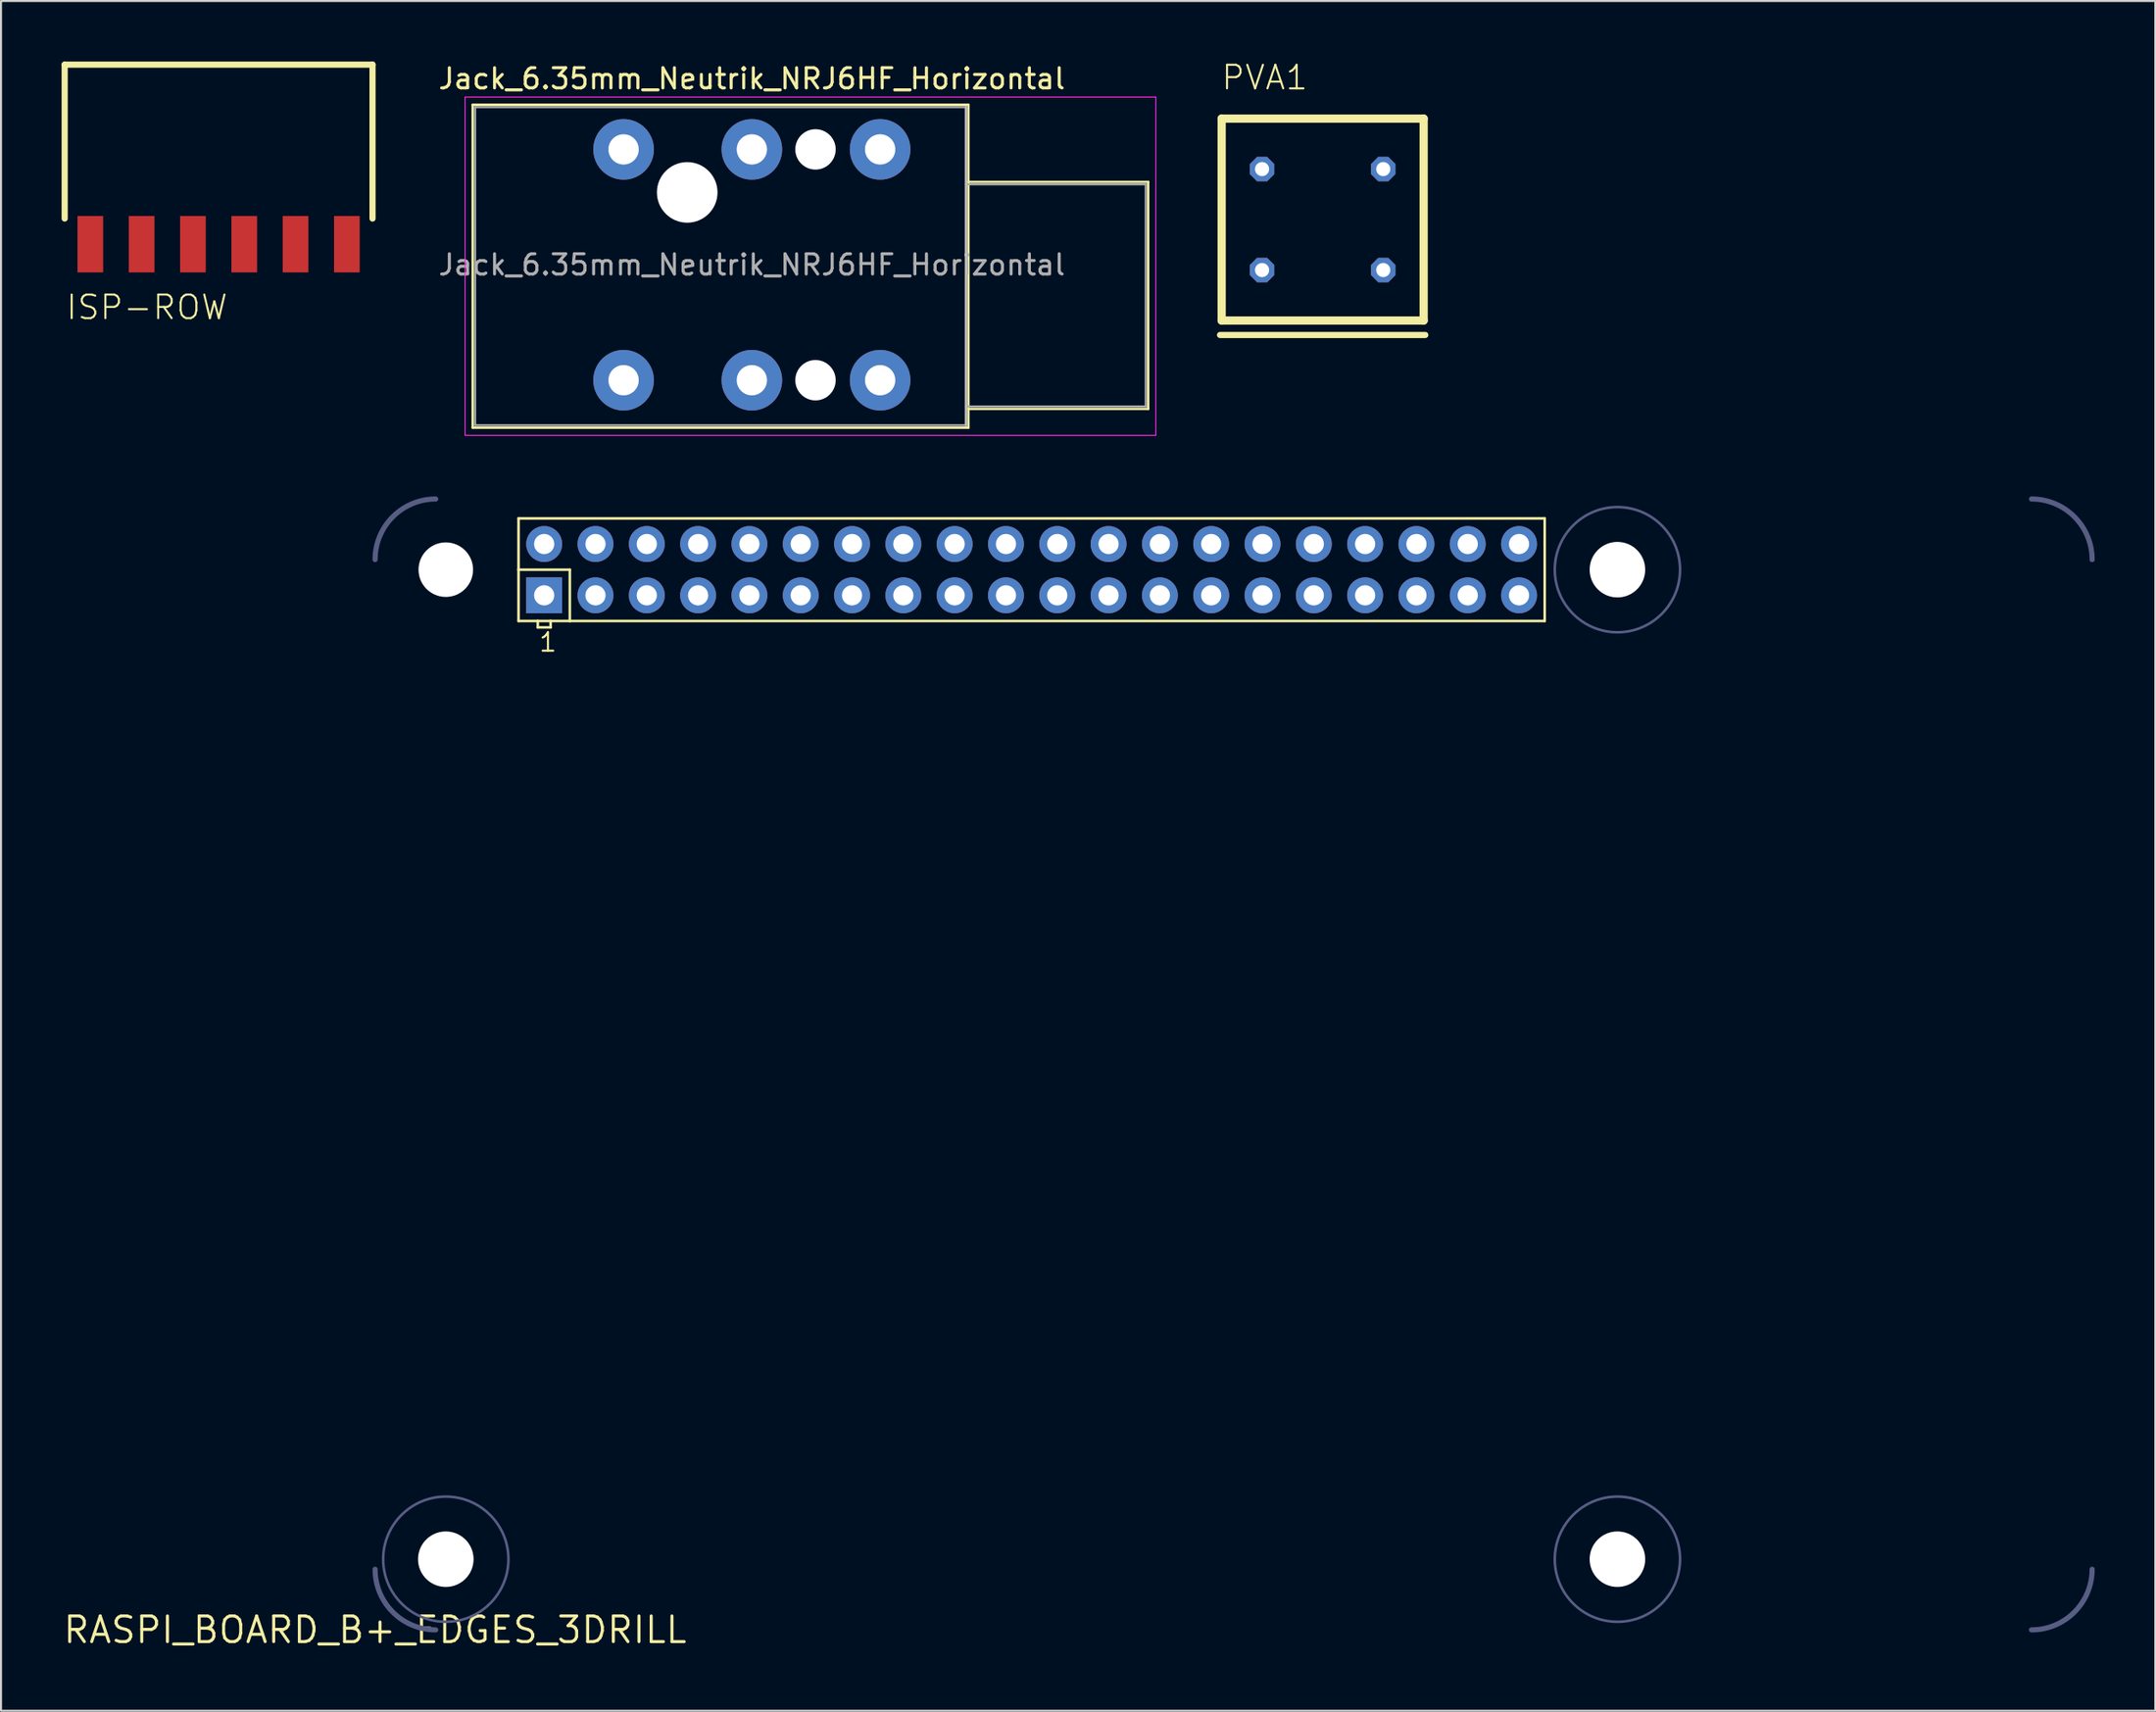
<source format=kicad_pcb>
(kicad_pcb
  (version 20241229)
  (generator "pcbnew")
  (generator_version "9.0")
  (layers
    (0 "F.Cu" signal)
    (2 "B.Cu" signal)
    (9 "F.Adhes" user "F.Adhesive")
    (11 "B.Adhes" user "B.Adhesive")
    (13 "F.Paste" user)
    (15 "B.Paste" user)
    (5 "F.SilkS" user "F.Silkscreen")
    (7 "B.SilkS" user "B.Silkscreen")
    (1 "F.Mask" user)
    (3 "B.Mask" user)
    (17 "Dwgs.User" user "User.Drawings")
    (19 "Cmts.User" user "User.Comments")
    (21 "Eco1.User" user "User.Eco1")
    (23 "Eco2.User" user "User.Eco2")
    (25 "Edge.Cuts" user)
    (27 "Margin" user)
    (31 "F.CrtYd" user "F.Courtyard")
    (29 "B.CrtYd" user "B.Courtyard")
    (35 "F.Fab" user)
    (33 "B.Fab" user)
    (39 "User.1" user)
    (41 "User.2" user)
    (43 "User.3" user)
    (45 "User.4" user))
  (footprint "ISP-ROW"
    (layer "F.Cu")
    (at 7.772 9.042)
    (property "Reference" "ISP-ROW" (at -7.62 3.81 0) (layer "F.SilkS") (effects (font (size 1.168 1.168) (thickness 0.102)) (justify left bottom)))
    (fp_line (start -7.62 -8.89) (end 7.62 -8.89) (stroke (width 0.305) (type solid)) (layer "F.SilkS"))
    (fp_line (start -7.62 -1.27) (end -7.62 -8.89) (stroke (width 0.305) (type solid)) (layer "F.SilkS"))
    (fp_line (start 7.62 -8.89) (end 7.62 -1.27) (stroke (width 0.305) (type solid)) (layer "F.SilkS"))
    (pad "1" smd rect (at -6.35 0 180) (size 1.27 2.794) (layers "F.Cu" "F.Mask" "F.Paste"))
    (pad "2" smd rect (at -3.81 0 180) (size 1.27 2.794) (layers "F.Cu" "F.Mask" "F.Paste"))
    (pad "3" smd rect (at -1.27 0 180) (size 1.27 2.794) (layers "F.Cu" "F.Mask" "F.Paste"))
    (pad "4" smd rect (at 1.27 0 180) (size 1.27 2.794) (layers "F.Cu" "F.Mask" "F.Paste"))
    (pad "5" smd rect (at 3.81 0 180) (size 1.27 2.794) (layers "F.Cu" "F.Mask" "F.Paste"))
    (pad "6" smd rect (at 6.35 0 180) (size 1.27 2.794) (layers "F.Cu" "F.Mask" "F.Paste")))
  (footprint "Jack_6.35mm_Neutrik_NRJ6HF_Horizontal"
    (layer "F.Cu")
    (at 27.82 4.348)
    (property "Reference" "Jack_6.35mm_Neutrik_NRJ6HF_Horizontal" (at 6.35 -3.5 0) (layer "F.SilkS") (effects (font (size 1 1) (thickness 0.15))))
    (attr through_hole)
    (fp_line (start -7.47 -2.21) (end 17.07 -2.21) (stroke (width 0.12) (type solid)) (layer "F.SilkS"))
    (fp_line (start -7.47 13.78) (end -7.47 -2.21) (stroke (width 0.12) (type solid)) (layer "F.SilkS"))
    (fp_line (start -7.47 13.78) (end 17.07 13.78) (stroke (width 0.12) (type solid)) (layer "F.SilkS"))
    (fp_line (start 17.07 -2.21) (end 17.07 13.78) (stroke (width 0.12) (type solid)) (layer "F.SilkS"))
    (fp_line (start 25.97 1.61) (end 17.07 1.61) (stroke (width 0.12) (type solid)) (layer "F.SilkS"))
    (fp_line (start 25.97 12.85) (end 17.07 12.85) (stroke (width 0.12) (type solid)) (layer "F.SilkS"))
    (fp_line (start 25.97 12.85) (end 25.97 1.61) (stroke (width 0.12) (type solid)) (layer "F.SilkS"))
    (fp_line (start 16.95 -2.09) (end 16.95 13.66) (stroke (width 0.1) (type solid)) (layer "Dwgs.User"))
    (fp_line (start -7.85 14.16) (end -7.85 -2.59) (stroke (width 0.05) (type solid)) (layer "F.CrtYd"))
    (fp_line (start -7.85 14.16) (end 26.35 14.16) (stroke (width 0.05) (type solid)) (layer "F.CrtYd"))
    (fp_line (start 26.35 -2.59) (end -7.85 -2.59) (stroke (width 0.05) (type solid)) (layer "F.CrtYd"))
    (fp_line (start 26.35 14.16) (end 26.35 -2.59) (stroke (width 0.05) (type solid)) (layer "F.CrtYd"))
    (fp_line (start -7.35 -2.09) (end 16.95 -2.09) (stroke (width 0.1) (type solid)) (layer "F.Fab"))
    (fp_line (start -7.35 13.66) (end -7.35 -2.09) (stroke (width 0.1) (type solid)) (layer "F.Fab"))
    (fp_line (start 16.95 -2.09) (end 16.95 13.66) (stroke (width 0.1) (type solid)) (layer "F.Fab"))
    (fp_line (start 16.95 12.73) (end 25.85 12.73) (stroke (width 0.1) (type solid)) (layer "F.Fab"))
    (fp_line (start 16.95 13.66) (end -7.35 13.66) (stroke (width 0.1) (type solid)) (layer "F.Fab"))
    (fp_line (start 25.85 1.73) (end 16.95 1.73) (stroke (width 0.1) (type solid)) (layer "F.Fab"))
    (fp_line (start 25.85 12.73) (end 25.85 1.73) (stroke (width 0.1) (type solid)) (layer "F.Fab"))
    (fp_text user "${REFERENCE}" (at 6.35 5.715 0) (layer "F.Fab") (effects (font (size 1 1) (thickness 0.15))))
    (pad "" np_thru_hole circle (at 3.15 2.13) (size 3 3) (drill 3) (layers "*.Cu" "*.Mask"))
    (pad "" np_thru_hole circle (at 9.5 0) (size 2 2) (drill 2) (layers "*.Cu" "*.Mask"))
    (pad "" np_thru_hole circle (at 9.5 11.43) (size 2 2) (drill 2) (layers "*.Cu" "*.Mask"))
    (pad "R" thru_hole circle (at 6.35 0) (size 3 3) (drill 1.5) (layers "*.Cu" "*.Mask"))
    (pad "RN" thru_hole circle (at 6.35 11.43) (size 3 3) (drill 1.5) (layers "*.Cu" "*.Mask"))
    (pad "S" thru_hole circle (at 12.7 0) (size 3 3) (drill 1.5) (layers "*.Cu" "*.Mask"))
    (pad "SN" thru_hole circle (at 12.7 11.43) (size 3 3) (drill 1.5) (layers "*.Cu" "*.Mask"))
    (pad "T" thru_hole circle (at 0 0) (size 3 3) (drill 1.5) (layers "*.Cu" "*.Mask"))
    (pad "TN" thru_hole circle (at 0 11.43) (size 3 3) (drill 1.5) (layers "*.Cu" "*.Mask")))
  (footprint "PVA1"
    (layer "F.Cu")
    (at 62.427 7.823)
    (property "Reference" "PVA1" (at -5.08 -6.35 0) (layer "F.SilkS") (effects (font (size 1.168 1.168) (thickness 0.102)) (justify left bottom)))
    (fp_line (start -5.08 5.715) (end 5.08 5.715) (stroke (width 0.305) (type solid)) (layer "F.SilkS"))
    (fp_line (start -5 -5) (end 5 -5) (stroke (width 0.406) (type solid)) (layer "F.SilkS"))
    (fp_line (start -5 5) (end -5 -5) (stroke (width 0.406) (type solid)) (layer "F.SilkS"))
    (fp_line (start 5 -5) (end 5 5) (stroke (width 0.406) (type solid)) (layer "F.SilkS"))
    (fp_line (start 5 5) (end -5 5) (stroke (width 0.406) (type solid)) (layer "F.SilkS"))
    (pad "1" thru_hole roundrect (at -3 2.5) (size 1.208 1.208) (drill 0.7) (layers "*.Cu" "*.Mask") (roundrect_rratio 0.25) (chamfer_ratio 0.293) (chamfer top_left top_right bottom_left bottom_right))
    (pad "2" thru_hole roundrect (at -3 -2.5) (size 1.208 1.208) (drill 0.7) (layers "*.Cu" "*.Mask") (roundrect_rratio 0.25) (chamfer_ratio 0.293) (chamfer top_left top_right bottom_left bottom_right))
    (pad "3" thru_hole roundrect (at 3 -2.5) (size 1.208 1.208) (drill 0.7) (layers "*.Cu" "*.Mask") (roundrect_rratio 0.25) (chamfer_ratio 0.293) (chamfer top_left top_right bottom_left bottom_right))
    (pad "4" thru_hole roundrect (at 3 2.5) (size 1.208 1.208) (drill 0.7) (layers "*.Cu" "*.Mask") (roundrect_rratio 0.25) (chamfer_ratio 0.293) (chamfer top_left top_right bottom_left bottom_right)))
  (footprint "RASPI_BOARD_B+_EDGES_3DRILL"
    (layer "F.Cu")
    (at 15.519 77.66)
    (property "Reference" "RASPI_BOARD_B+_EDGES_3DRILL" (at 0 0 0) (layer "F.SilkS") (effects (font (size 1.27 1.27) (thickness 0.15))))
    (fp_line (start 7.1 -55.04) (end 7.1 -52.5) (stroke (width 0.127) (type solid)) (layer "F.SilkS"))
    (fp_line (start 7.1 -52.5) (end 7.1 -49.96) (stroke (width 0.127) (type solid)) (layer "F.SilkS"))
    (fp_line (start 7.1 -52.5) (end 9.64 -52.5) (stroke (width 0.127) (type solid)) (layer "F.SilkS"))
    (fp_line (start 7.1 -49.96) (end 8.053 -49.96) (stroke (width 0.127) (type solid)) (layer "F.SilkS"))
    (fp_line (start 8.053 -49.96) (end 8.053 -49.642) (stroke (width 0.127) (type solid)) (layer "F.SilkS"))
    (fp_line (start 8.053 -49.96) (end 8.688 -49.96) (stroke (width 0.127) (type solid)) (layer "F.SilkS"))
    (fp_line (start 8.053 -49.642) (end 8.688 -49.642) (stroke (width 0.127) (type solid)) (layer "F.SilkS"))
    (fp_line (start 8.688 -49.96) (end 9.64 -49.96) (stroke (width 0.127) (type solid)) (layer "F.SilkS"))
    (fp_line (start 8.688 -49.642) (end 8.688 -49.96) (stroke (width 0.127) (type solid)) (layer "F.SilkS"))
    (fp_line (start 9.64 -52.5) (end 9.64 -49.96) (stroke (width 0.127) (type solid)) (layer "F.SilkS"))
    (fp_line (start 9.64 -49.96) (end 57.9 -49.96) (stroke (width 0.127) (type solid)) (layer "F.SilkS"))
    (fp_line (start 57.9 -55.04) (end 7.1 -55.04) (stroke (width 0.127) (type solid)) (layer "F.SilkS"))
    (fp_line (start 57.9 -49.96) (end 57.9 -55.04) (stroke (width 0.127) (type solid)) (layer "F.SilkS"))
    (fp_arc (start 0 -53) (mid 0.87868 -55.12132) (end 3 -56) (stroke (width 0.254) (type solid)) (layer "B.Fab"))
    (fp_arc (start 3 0) (mid 0.87868 -0.87868) (end 0 -3) (stroke (width 0.254) (type solid)) (layer "B.Fab"))
    (fp_arc (start 82 -56) (mid 84.12132 -55.12132) (end 85 -53) (stroke (width 0.254) (type solid)) (layer "B.Fab"))
    (fp_arc (start 85 -3) (mid 84.12132 -0.87868) (end 82 0) (stroke (width 0.254) (type solid)) (layer "B.Fab"))
    (fp_circle (center 3.5 -3.5) (end 6.6 -3.5) (stroke (width 0.127) (type solid)) (fill no) (layer "B.Fab"))
    (fp_circle (center 61.5 -52.5) (end 64.6 -52.5) (stroke (width 0.127) (type solid)) (fill no) (layer "B.Fab"))
    (fp_circle (center 61.5 -3.5) (end 64.6 -3.5) (stroke (width 0.127) (type solid)) (fill no) (layer "B.Fab"))
    (fp_text user "1" (at 8.053 -48.373 0) (layer "F.SilkS") (effects (font (size 0.914 0.914) (thickness 0.102)) (justify left bottom)))
    (pad "" np_thru_hole circle (at 3.5 -52.5) (size 2.7 2.7) (drill 3) (layers "*.Cu" "*.Mask"))
    (pad "" np_thru_hole circle (at 3.5 -3.5) (size 2.75 2.75) (drill 3) (layers "*.Cu" "*.Mask"))
    (pad "" np_thru_hole circle (at 61.5 -52.5) (size 2.75 2.75) (drill 3) (layers "*.Cu" "*.Mask"))
    (pad "" np_thru_hole circle (at 61.5 -3.5) (size 2.75 2.75) (drill 3) (layers "*.Cu" "*.Mask"))
    (pad "1" thru_hole rect (at 8.37 -51.23) (size 1.778 1.778) (drill 1) (layers "*.Cu" "*.Mask"))
    (pad "2" thru_hole circle (at 8.37 -53.77) (size 1.778 1.778) (drill 1) (layers "*.Cu" "*.Mask"))
    (pad "3" thru_hole circle (at 10.91 -51.23) (size 1.778 1.778) (drill 1) (layers "*.Cu" "*.Mask"))
    (pad "4" thru_hole circle (at 10.91 -53.77) (size 1.778 1.778) (drill 1) (layers "*.Cu" "*.Mask"))
    (pad "5" thru_hole circle (at 13.45 -51.23) (size 1.778 1.778) (drill 1) (layers "*.Cu" "*.Mask"))
    (pad "6" thru_hole circle (at 13.45 -53.77) (size 1.778 1.778) (drill 1) (layers "*.Cu" "*.Mask"))
    (pad "7" thru_hole circle (at 15.99 -51.23) (size 1.778 1.778) (drill 1) (layers "*.Cu" "*.Mask"))
    (pad "8" thru_hole circle (at 15.99 -53.77) (size 1.778 1.778) (drill 1) (layers "*.Cu" "*.Mask"))
    (pad "9" thru_hole circle (at 18.53 -51.23) (size 1.778 1.778) (drill 1) (layers "*.Cu" "*.Mask"))
    (pad "10" thru_hole circle (at 18.53 -53.77) (size 1.778 1.778) (drill 1) (layers "*.Cu" "*.Mask"))
    (pad "11" thru_hole circle (at 21.07 -51.23) (size 1.778 1.778) (drill 1) (layers "*.Cu" "*.Mask"))
    (pad "12" thru_hole circle (at 21.07 -53.77) (size 1.778 1.778) (drill 1) (layers "*.Cu" "*.Mask"))
    (pad "13" thru_hole circle (at 23.61 -51.23) (size 1.778 1.778) (drill 1) (layers "*.Cu" "*.Mask"))
    (pad "14" thru_hole circle (at 23.61 -53.77) (size 1.778 1.778) (drill 1) (layers "*.Cu" "*.Mask"))
    (pad "15" thru_hole circle (at 26.15 -51.23) (size 1.778 1.778) (drill 1) (layers "*.Cu" "*.Mask"))
    (pad "16" thru_hole circle (at 26.15 -53.77) (size 1.778 1.778) (drill 1) (layers "*.Cu" "*.Mask"))
    (pad "17" thru_hole circle (at 28.69 -51.23) (size 1.778 1.778) (drill 1) (layers "*.Cu" "*.Mask"))
    (pad "18" thru_hole circle (at 28.69 -53.77) (size 1.778 1.778) (drill 1) (layers "*.Cu" "*.Mask"))
    (pad "19" thru_hole circle (at 31.23 -51.23) (size 1.778 1.778) (drill 1) (layers "*.Cu" "*.Mask"))
    (pad "20" thru_hole circle (at 31.23 -53.77) (size 1.778 1.778) (drill 1) (layers "*.Cu" "*.Mask"))
    (pad "21" thru_hole circle (at 33.77 -51.23) (size 1.778 1.778) (drill 1) (layers "*.Cu" "*.Mask"))
    (pad "22" thru_hole circle (at 33.77 -53.77) (size 1.778 1.778) (drill 1) (layers "*.Cu" "*.Mask"))
    (pad "23" thru_hole circle (at 36.31 -51.23) (size 1.778 1.778) (drill 1) (layers "*.Cu" "*.Mask"))
    (pad "24" thru_hole circle (at 36.31 -53.77) (size 1.778 1.778) (drill 1) (layers "*.Cu" "*.Mask"))
    (pad "25" thru_hole circle (at 38.85 -51.23) (size 1.778 1.778) (drill 1) (layers "*.Cu" "*.Mask"))
    (pad "26" thru_hole circle (at 38.85 -53.77) (size 1.778 1.778) (drill 1) (layers "*.Cu" "*.Mask"))
    (pad "27" thru_hole circle (at 41.39 -51.23) (size 1.778 1.778) (drill 1) (layers "*.Cu" "*.Mask"))
    (pad "28" thru_hole circle (at 41.39 -53.77) (size 1.778 1.778) (drill 1) (layers "*.Cu" "*.Mask"))
    (pad "29" thru_hole circle (at 43.93 -51.23) (size 1.778 1.778) (drill 1) (layers "*.Cu" "*.Mask"))
    (pad "30" thru_hole circle (at 43.93 -53.77) (size 1.778 1.778) (drill 1) (layers "*.Cu" "*.Mask"))
    (pad "31" thru_hole circle (at 46.47 -51.23) (size 1.778 1.778) (drill 1) (layers "*.Cu" "*.Mask"))
    (pad "32" thru_hole circle (at 46.47 -53.77) (size 1.778 1.778) (drill 1) (layers "*.Cu" "*.Mask"))
    (pad "33" thru_hole circle (at 49.01 -51.23) (size 1.778 1.778) (drill 1) (layers "*.Cu" "*.Mask"))
    (pad "34" thru_hole circle (at 49.01 -53.77) (size 1.778 1.778) (drill 1) (layers "*.Cu" "*.Mask"))
    (pad "35" thru_hole circle (at 51.55 -51.23) (size 1.778 1.778) (drill 1) (layers "*.Cu" "*.Mask"))
    (pad "36" thru_hole circle (at 51.55 -53.77) (size 1.778 1.778) (drill 1) (layers "*.Cu" "*.Mask"))
    (pad "37" thru_hole circle (at 54.09 -51.23) (size 1.778 1.778) (drill 1) (layers "*.Cu" "*.Mask"))
    (pad "38" thru_hole circle (at 54.09 -53.77) (size 1.778 1.778) (drill 1) (layers "*.Cu" "*.Mask"))
    (pad "39" thru_hole circle (at 56.63 -51.23) (size 1.778 1.778) (drill 1) (layers "*.Cu" "*.Mask"))
    (pad "40" thru_hole circle (at 56.63 -53.77) (size 1.778 1.778) (drill 1) (layers "*.Cu" "*.Mask")))
  (gr_rect
    (start -3 -3)
    (end 103.646 81.666)
    (stroke (width 0.1) (type default))
    (fill no)
    (layer "Edge.Cuts")))
</source>
